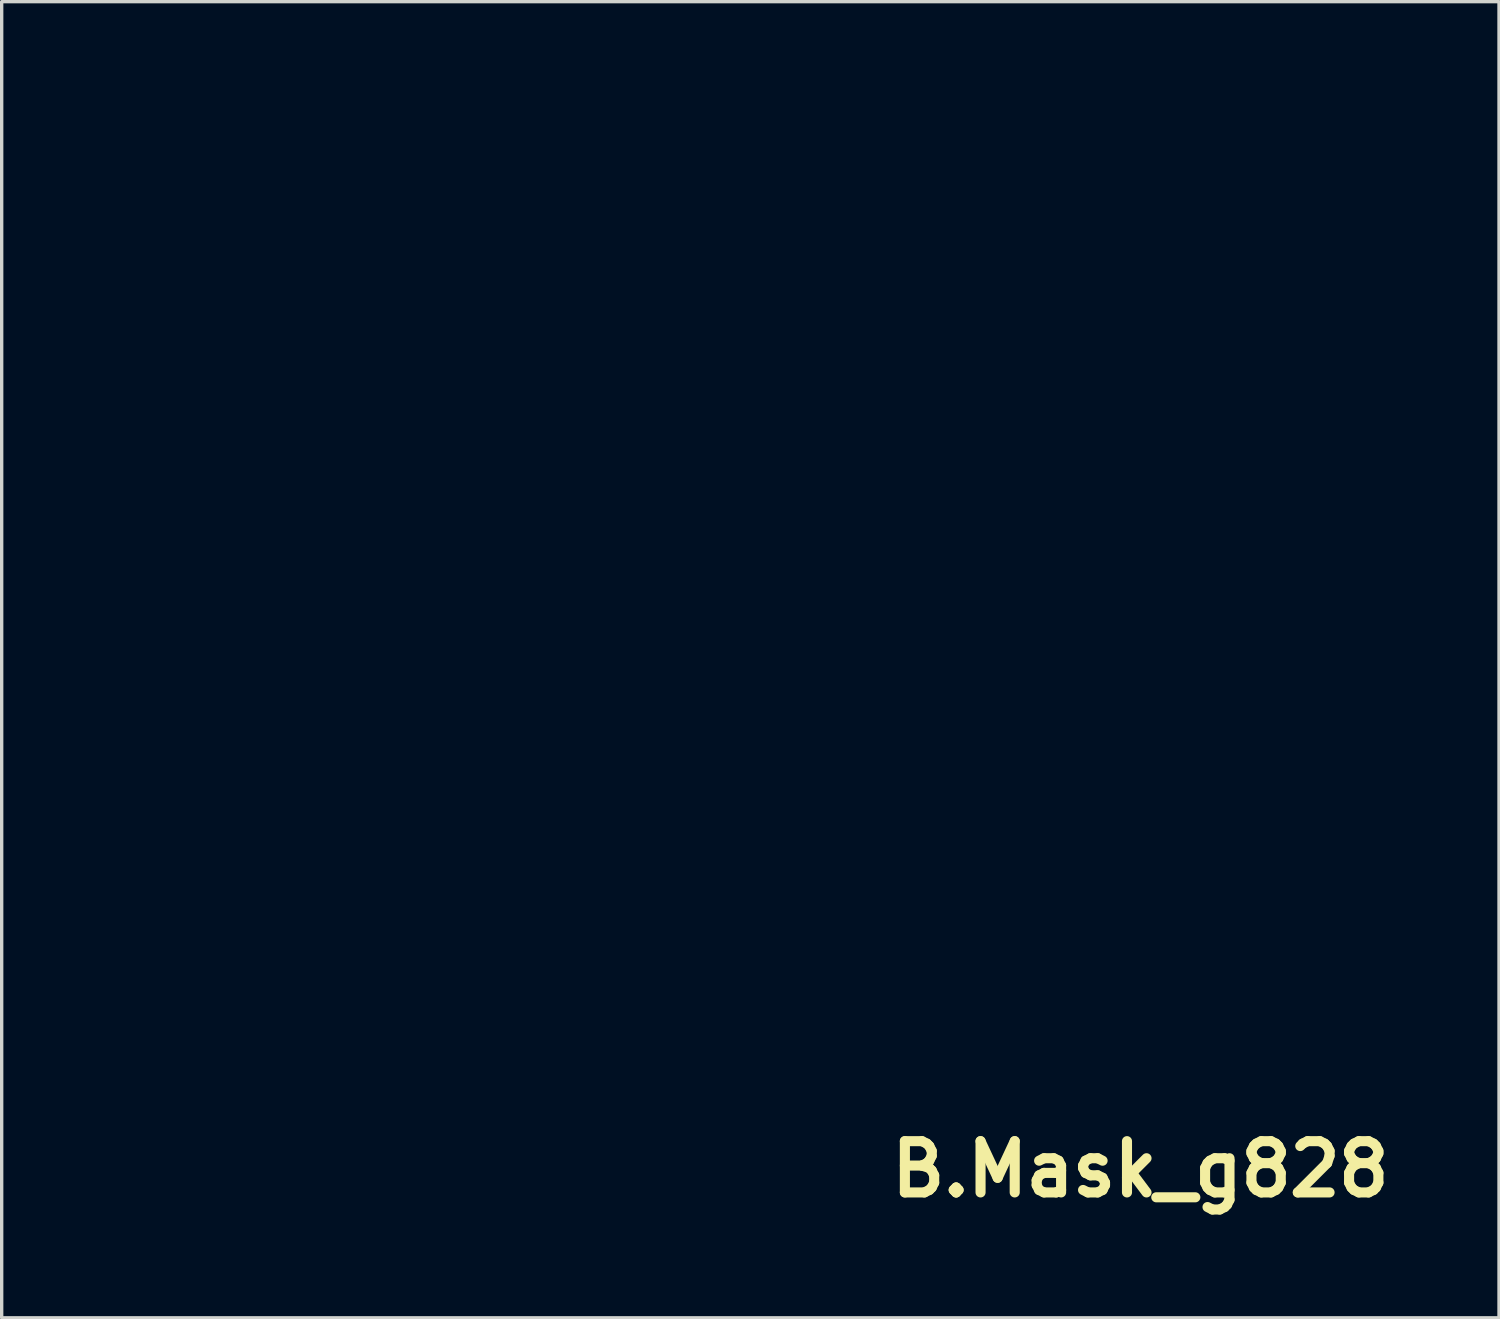
<source format=kicad_pcb>
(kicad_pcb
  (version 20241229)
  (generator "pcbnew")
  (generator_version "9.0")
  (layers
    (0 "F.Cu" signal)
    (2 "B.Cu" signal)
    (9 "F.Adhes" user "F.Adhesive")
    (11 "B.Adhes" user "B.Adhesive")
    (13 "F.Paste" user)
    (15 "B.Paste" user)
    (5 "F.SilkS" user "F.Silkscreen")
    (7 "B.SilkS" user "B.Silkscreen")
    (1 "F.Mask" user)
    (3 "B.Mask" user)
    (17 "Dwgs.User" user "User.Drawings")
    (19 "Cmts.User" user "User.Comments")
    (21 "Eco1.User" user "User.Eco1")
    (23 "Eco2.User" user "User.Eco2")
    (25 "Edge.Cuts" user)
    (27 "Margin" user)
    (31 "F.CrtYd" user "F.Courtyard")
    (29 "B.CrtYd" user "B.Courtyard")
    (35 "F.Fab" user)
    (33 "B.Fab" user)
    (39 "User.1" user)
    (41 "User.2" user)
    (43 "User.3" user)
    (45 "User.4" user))
  (footprint "B.Mask_g828"
    (layer "F.Cu")
    (at 30.86 31.717)
    (property "Reference" "B.Mask_g828" (at 0 0 0) (layer "F.SilkS") (effects (font (size 1.524 1.524) (thickness 0.3))))
    (attr through_hole)
    (fp_poly (pts (xy -6.056 -2.736) (xy -5.907 -2.686) (xy -5.786 -2.607) (xy -5.758 -2.58) (xy -5.679 -2.472) (xy -5.638 -2.349) (xy -5.633 -2.215) (xy -5.662 -2.071) (xy -5.724 -1.92) (xy -5.818 -1.764) (xy -5.94 -1.605) (xy -6.091 -1.445) (xy -6.269 -1.286) (xy -6.471 -1.131) (xy -6.697 -0.982) (xy -6.944 -0.84) (xy -7.08 -0.771) (xy -7.349 -0.65) (xy -7.608 -0.557) (xy -7.853 -0.49) (xy -8.08 -0.452) (xy -8.286 -0.443) (xy -8.468 -0.463) (xy -8.51 -0.473) (xy -8.653 -0.531) (xy -8.767 -0.618) (xy -8.818 -0.68) (xy -8.865 -0.781) (xy -8.888 -0.904) (xy -8.886 -1.037) (xy -8.858 -1.164) (xy -8.79 -1.317) (xy -8.684 -1.477) (xy -8.546 -1.642) (xy -8.378 -1.808) (xy -8.186 -1.971) (xy -7.973 -2.127) (xy -7.744 -2.274) (xy -7.501 -2.407) (xy -7.408 -2.452) (xy -7.141 -2.568) (xy -6.887 -2.657) (xy -6.649 -2.719) (xy -6.43 -2.752) (xy -6.232 -2.758) (xy -6.056 -2.736)) (stroke (width 0.01) (type solid)) (fill yes) (layer "B.Mask"))
    (fp_poly (pts (xy -0.776 -22.559) (xy -0.607 -22.459) (xy -0.452 -22.33) (xy -0.31 -22.168) (xy -0.18 -21.972) (xy -0.061 -21.74) (xy 0.048 -21.472) (xy 0.147 -21.164) (xy 0.221 -20.885) (xy 0.292 -20.567) (xy 0.339 -20.284) (xy 0.362 -20.035) (xy 0.361 -19.82) (xy 0.337 -19.64) (xy 0.326 -19.596) (xy 0.305 -19.529) (xy 0.279 -19.475) (xy 0.241 -19.423) (xy 0.184 -19.36) (xy 0.138 -19.315) (xy -0.036 -19.162) (xy -0.207 -19.052) (xy -0.378 -18.981) (xy -0.551 -18.951) (xy -0.727 -18.96) (xy -0.842 -18.985) (xy -1.089 -19.077) (xy -1.314 -19.204) (xy -1.516 -19.365) (xy -1.691 -19.556) (xy -1.838 -19.775) (xy -1.954 -20.019) (xy -1.996 -20.14) (xy -2.055 -20.354) (xy -2.109 -20.596) (xy -2.155 -20.854) (xy -2.192 -21.115) (xy -2.218 -21.365) (xy -2.231 -21.593) (xy -2.231 -21.643) (xy -2.233 -21.939) (xy -2.141 -22.128) (xy -2.048 -22.293) (xy -1.947 -22.421) (xy -1.834 -22.518) (xy -1.73 -22.577) (xy -1.678 -22.6) (xy -1.632 -22.616) (xy -1.585 -22.627) (xy -1.526 -22.633) (xy -1.447 -22.636) (xy -1.34 -22.637) (xy -1.27 -22.638) (xy -0.942 -22.638) (xy -0.776 -22.559)) (stroke (width 0.01) (type solid)) (fill yes) (layer "B.Mask"))
    (fp_poly (pts (xy -29.471 -19.178) (xy -29.415 -19.162) (xy -29.352 -19.133) (xy -29.321 -19.116) (xy -29.148 -19.001) (xy -28.982 -18.852) (xy -28.83 -18.676) (xy -28.698 -18.479) (xy -28.63 -18.352) (xy -28.543 -18.172) (xy -28.536 -17.757) (xy -28.537 -17.494) (xy -28.547 -17.259) (xy -28.57 -17.04) (xy -28.605 -16.823) (xy -28.655 -16.596) (xy -28.658 -16.584) (xy -28.709 -16.386) (xy -28.755 -16.224) (xy -28.8 -16.092) (xy -28.844 -15.985) (xy -28.89 -15.896) (xy -28.915 -15.856) (xy -28.984 -15.766) (xy -29.068 -15.673) (xy -29.16 -15.585) (xy -29.248 -15.513) (xy -29.323 -15.465) (xy -29.326 -15.464) (xy -29.389 -15.445) (xy -29.483 -15.43) (xy -29.592 -15.421) (xy -29.706 -15.419) (xy -29.81 -15.423) (xy -29.858 -15.429) (xy -30.011 -15.463) (xy -30.147 -15.518) (xy -30.275 -15.597) (xy -30.404 -15.707) (xy -30.496 -15.799) (xy -30.596 -15.917) (xy -30.675 -16.034) (xy -30.736 -16.159) (xy -30.781 -16.301) (xy -30.816 -16.468) (xy -30.841 -16.667) (xy -30.844 -16.695) (xy -30.855 -16.89) (xy -30.854 -17.107) (xy -30.841 -17.339) (xy -30.819 -17.577) (xy -30.787 -17.815) (xy -30.748 -18.043) (xy -30.702 -18.255) (xy -30.65 -18.443) (xy -30.593 -18.599) (xy -30.574 -18.641) (xy -30.471 -18.811) (xy -30.339 -18.95) (xy -30.18 -19.057) (xy -29.994 -19.131) (xy -29.78 -19.174) (xy -29.626 -19.184) (xy -29.536 -19.184) (xy -29.471 -19.178)) (stroke (width 0.01) (type solid)) (fill yes) (layer "B.Mask"))
    (fp_poly (pts (xy -6.588 -30.032) (xy -6.544 -30.029) (xy -6.363 -30.006) (xy -6.185 -29.957) (xy -6.007 -29.881) (xy -5.824 -29.777) (xy -5.634 -29.641) (xy -5.431 -29.472) (xy -5.22 -29.275) (xy -4.986 -29.037) (xy -4.782 -28.81) (xy -4.61 -28.596) (xy -4.471 -28.398) (xy -4.367 -28.218) (xy -4.331 -28.141) (xy -4.283 -27.994) (xy -4.267 -27.848) (xy -4.283 -27.697) (xy -4.332 -27.535) (xy -4.416 -27.358) (xy -4.46 -27.279) (xy -4.558 -27.138) (xy -4.672 -27.027) (xy -4.806 -26.944) (xy -4.964 -26.886) (xy -5.15 -26.853) (xy -5.37 -26.841) (xy -5.397 -26.841) (xy -5.565 -26.846) (xy -5.705 -26.863) (xy -5.799 -26.883) (xy -5.994 -26.945) (xy -6.173 -27.028) (xy -6.343 -27.136) (xy -6.514 -27.275) (xy -6.679 -27.435) (xy -6.811 -27.577) (xy -6.945 -27.732) (xy -7.077 -27.894) (xy -7.204 -28.058) (xy -7.322 -28.22) (xy -7.428 -28.373) (xy -7.517 -28.514) (xy -7.586 -28.636) (xy -7.631 -28.735) (xy -7.642 -28.77) (xy -7.652 -28.826) (xy -7.659 -28.91) (xy -7.664 -29.011) (xy -7.666 -29.085) (xy -7.665 -29.19) (xy -7.662 -29.265) (xy -7.653 -29.322) (xy -7.637 -29.374) (xy -7.611 -29.432) (xy -7.601 -29.452) (xy -7.544 -29.55) (xy -7.473 -29.637) (xy -7.381 -29.719) (xy -7.262 -29.801) (xy -7.143 -29.872) (xy -7.011 -29.942) (xy -6.902 -29.99) (xy -6.803 -30.019) (xy -6.702 -30.032) (xy -6.588 -30.032)) (stroke (width 0.01) (type solid)) (fill yes) (layer "B.Mask"))
    (fp_poly (pts (xy -21.803 -31.698) (xy -21.661 -31.666) (xy -21.604 -31.644) (xy -21.495 -31.575) (xy -21.383 -31.471) (xy -21.274 -31.34) (xy -21.174 -31.189) (xy -21.123 -31.095) (xy -21.065 -30.946) (xy -21.042 -30.79) (xy -21.053 -30.624) (xy -21.098 -30.444) (xy -21.179 -30.247) (xy -21.215 -30.173) (xy -21.266 -30.083) (xy -21.324 -30.001) (xy -21.397 -29.914) (xy -21.495 -29.812) (xy -21.504 -29.803) (xy -21.634 -29.68) (xy -21.752 -29.585) (xy -21.87 -29.51) (xy -21.999 -29.447) (xy -22.151 -29.39) (xy -22.157 -29.388) (xy -22.313 -29.341) (xy -22.49 -29.297) (xy -22.684 -29.256) (xy -22.887 -29.22) (xy -23.093 -29.189) (xy -23.296 -29.163) (xy -23.49 -29.145) (xy -23.669 -29.134) (xy -23.825 -29.131) (xy -23.953 -29.137) (xy -24.046 -29.153) (xy -24.046 -29.153) (xy -24.155 -29.193) (xy -24.277 -29.254) (xy -24.396 -29.326) (xy -24.496 -29.4) (xy -24.528 -29.429) (xy -24.591 -29.501) (xy -24.65 -29.587) (xy -24.676 -29.633) (xy -24.697 -29.678) (xy -24.712 -29.719) (xy -24.723 -29.763) (xy -24.729 -29.819) (xy -24.732 -29.894) (xy -24.733 -29.998) (xy -24.733 -30.101) (xy -24.733 -30.452) (xy -24.65 -30.616) (xy -24.542 -30.79) (xy -24.402 -30.948) (xy -24.228 -31.09) (xy -24.019 -31.218) (xy -23.772 -31.334) (xy -23.486 -31.438) (xy -23.484 -31.439) (xy -23.198 -31.525) (xy -22.92 -31.595) (xy -22.655 -31.649) (xy -22.407 -31.687) (xy -22.18 -31.708) (xy -21.977 -31.712) (xy -21.803 -31.698)) (stroke (width 0.01) (type solid)) (fill yes) (layer "B.Mask"))
    (fp_poly (pts (xy -14.937 -8.752) (xy -14.67 -8.724) (xy -14.384 -8.68) (xy -14.085 -8.62) (xy -13.917 -8.581) (xy -13.736 -8.535) (xy -13.591 -8.495) (xy -13.475 -8.459) (xy -13.382 -8.424) (xy -13.306 -8.388) (xy -13.241 -8.348) (xy -13.181 -8.303) (xy -13.178 -8.3) (xy -13.067 -8.2) (xy -12.967 -8.091) (xy -12.886 -7.984) (xy -12.829 -7.887) (xy -12.816 -7.854) (xy -12.776 -7.676) (xy -12.772 -7.487) (xy -12.802 -7.292) (xy -12.865 -7.1) (xy -12.958 -6.917) (xy -13.08 -6.749) (xy -13.116 -6.71) (xy -13.253 -6.583) (xy -13.406 -6.48) (xy -13.578 -6.398) (xy -13.772 -6.338) (xy -13.994 -6.297) (xy -14.247 -6.274) (xy -14.535 -6.269) (xy -14.541 -6.269) (xy -14.666 -6.271) (xy -14.782 -6.273) (xy -14.88 -6.275) (xy -14.95 -6.278) (xy -14.975 -6.28) (xy -15.237 -6.307) (xy -15.49 -6.344) (xy -15.727 -6.388) (xy -15.942 -6.439) (xy -16.127 -6.495) (xy -16.27 -6.551) (xy -16.404 -6.623) (xy -16.512 -6.706) (xy -16.601 -6.807) (xy -16.674 -6.932) (xy -16.737 -7.09) (xy -16.774 -7.207) (xy -16.809 -7.349) (xy -16.824 -7.472) (xy -16.82 -7.59) (xy -16.796 -7.721) (xy -16.795 -7.726) (xy -16.763 -7.833) (xy -16.719 -7.93) (xy -16.658 -8.026) (xy -16.572 -8.132) (xy -16.493 -8.216) (xy -16.293 -8.401) (xy -16.081 -8.546) (xy -15.853 -8.654) (xy -15.606 -8.727) (xy -15.579 -8.733) (xy -15.397 -8.757) (xy -15.181 -8.763) (xy -14.937 -8.752)) (stroke (width 0.01) (type solid)) (fill yes) (layer "B.Mask")))
  (gr_rect
    (start -3 -3)
    (end 41.523 36.135)
    (stroke (width 0.1) (type default))
    (fill no)
    (layer "Edge.Cuts")))
</source>
